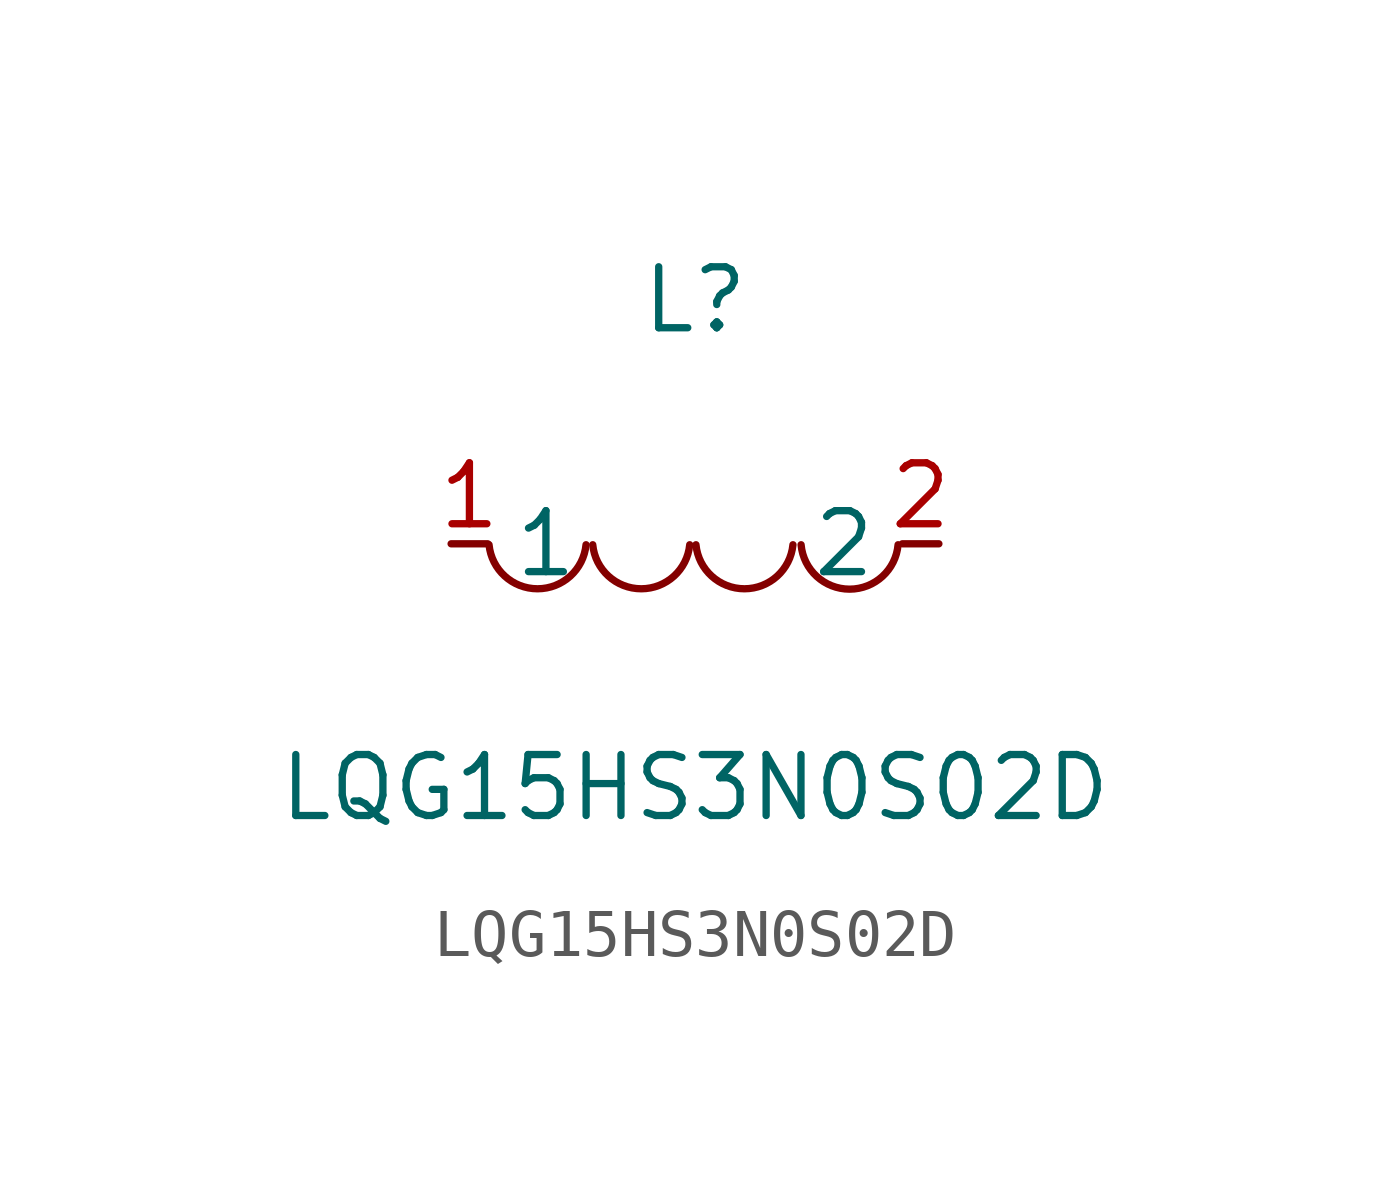
<source format=kicad_sym>
(kicad_symbol_lib
  (version 20211014)
  (generator https://github.com/uPesy/easyeda2kicad.py)
  (symbol "LQG15HS3N0S02D"
    (property "Reference" "L"
      (at 0 5.08 0)
      (effects (font (size 1.27 1.27))))
    (property "Value" "LQG15HS3N0S02D"
      (at 0 -5.08 0)
      (effects (font (size 1.27 1.27))))
    (symbol "LQG15HS3N0S02D_0_1"
      (arc (start -4.29 -0.02) (mid -2.52 -0.79) (end -2.27 -0.02) (stroke (width 0) (type default) (color 0 0 0 0)) (fill (type none)))
      (arc (start -2.13 -0.02) (mid -0.36 -0.79) (end -0.11 -0.02) (stroke (width 0) (type default) (color 0 0 0 0)) (fill (type none)))
      (arc (start 0.02 -0.02) (mid 1.79 -0.79) (end 2.04 -0.02) (stroke (width 0) (type default) (color 0 0 0 0)) (fill (type none)))
      (arc (start 2.21 -0.02) (mid 3.30 -1.12) (end 4.23 -0.02) (stroke (width 0) (type default) (color 0 0 0 0)) (fill (type none)))
      (pin unspecified line (at 5.08 -0.00 180) (length 0.762) (name "2" (effects (font (size 1.27 1.27)))) (number "2" (effects (font (size 1.27 1.27)))))
      (pin unspecified line (at -5.08 -0.00 0) (length 0.762) (name "1" (effects (font (size 1.27 1.27)))) (number "1" (effects (font (size 1.27 1.27))))))))
</source>
